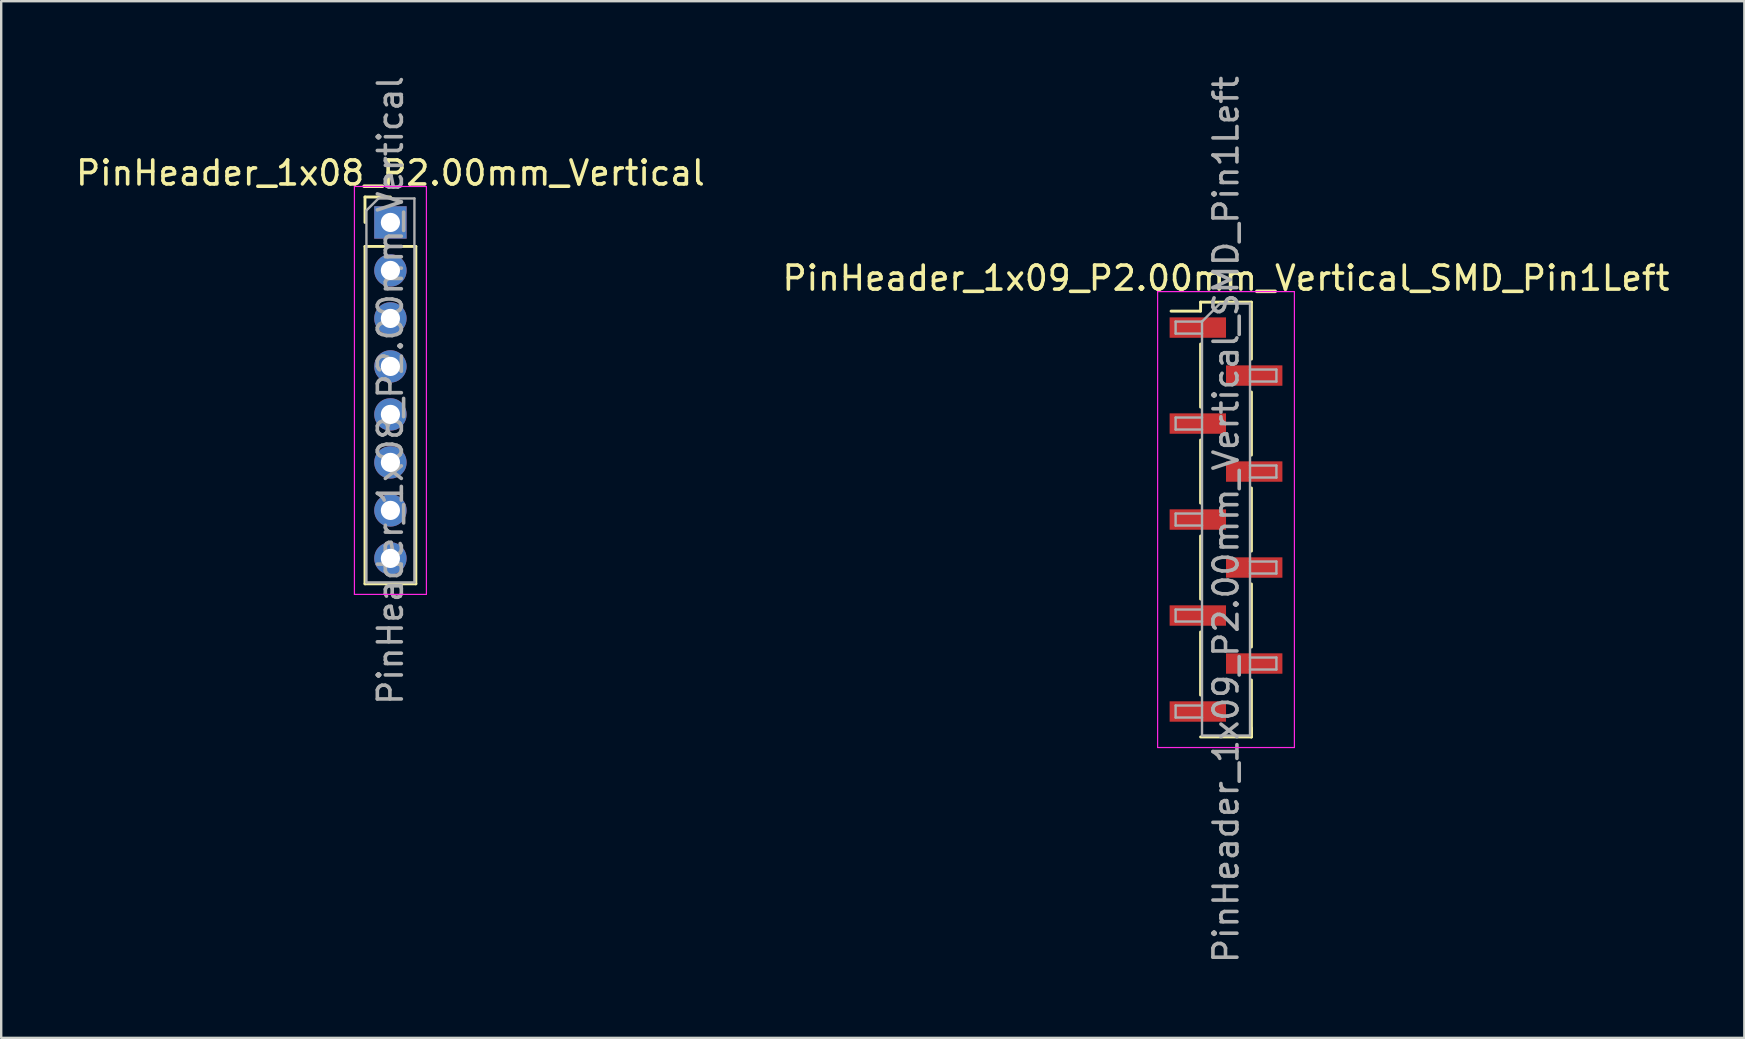
<source format=kicad_pcb>
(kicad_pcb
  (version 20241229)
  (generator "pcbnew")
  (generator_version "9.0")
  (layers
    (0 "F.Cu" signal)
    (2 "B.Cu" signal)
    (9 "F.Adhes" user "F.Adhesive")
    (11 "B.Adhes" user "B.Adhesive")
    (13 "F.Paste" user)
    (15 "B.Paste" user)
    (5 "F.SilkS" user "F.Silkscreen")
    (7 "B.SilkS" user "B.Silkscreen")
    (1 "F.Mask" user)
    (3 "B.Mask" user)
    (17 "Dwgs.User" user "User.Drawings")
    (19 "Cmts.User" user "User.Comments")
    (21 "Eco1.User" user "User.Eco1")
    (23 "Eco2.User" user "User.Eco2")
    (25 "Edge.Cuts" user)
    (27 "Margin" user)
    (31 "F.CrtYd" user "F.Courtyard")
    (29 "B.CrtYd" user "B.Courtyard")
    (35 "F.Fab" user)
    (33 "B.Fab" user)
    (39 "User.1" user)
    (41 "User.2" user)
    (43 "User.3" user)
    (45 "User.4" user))
  (footprint "PinHeader_1x08_P2.00mm_Vertical"
    (layer "F.Cu")
    (at 13.22 6.22)
    (property "Reference" "PinHeader_1x08_P2.00mm_Vertical" (at 0 -2.06 0) (layer "F.SilkS") (effects (font (size 1 1) (thickness 0.15))))
    (attr through_hole)
    (fp_line (start -1.06 -1.06) (end 0 -1.06) (stroke (width 0.12) (type solid)) (layer "F.SilkS"))
    (fp_line (start -1.06 0) (end -1.06 -1.06) (stroke (width 0.12) (type solid)) (layer "F.SilkS"))
    (fp_line (start -1.06 1) (end -1.06 15.06) (stroke (width 0.12) (type solid)) (layer "F.SilkS"))
    (fp_line (start -1.06 1) (end 1.06 1) (stroke (width 0.12) (type solid)) (layer "F.SilkS"))
    (fp_line (start -1.06 15.06) (end 1.06 15.06) (stroke (width 0.12) (type solid)) (layer "F.SilkS"))
    (fp_line (start 1.06 1) (end 1.06 15.06) (stroke (width 0.12) (type solid)) (layer "F.SilkS"))
    (fp_line (start -1.5 -1.5) (end -1.5 15.5) (stroke (width 0.05) (type solid)) (layer "F.CrtYd"))
    (fp_line (start -1.5 15.5) (end 1.5 15.5) (stroke (width 0.05) (type solid)) (layer "F.CrtYd"))
    (fp_line (start 1.5 -1.5) (end -1.5 -1.5) (stroke (width 0.05) (type solid)) (layer "F.CrtYd"))
    (fp_line (start 1.5 15.5) (end 1.5 -1.5) (stroke (width 0.05) (type solid)) (layer "F.CrtYd"))
    (fp_line (start -1 -0.5) (end -0.5 -1) (stroke (width 0.1) (type solid)) (layer "F.Fab"))
    (fp_line (start -1 15) (end -1 -0.5) (stroke (width 0.1) (type solid)) (layer "F.Fab"))
    (fp_line (start -0.5 -1) (end 1 -1) (stroke (width 0.1) (type solid)) (layer "F.Fab"))
    (fp_line (start 1 -1) (end 1 15) (stroke (width 0.1) (type solid)) (layer "F.Fab"))
    (fp_line (start 1 15) (end -1 15) (stroke (width 0.1) (type solid)) (layer "F.Fab"))
    (fp_text user "${REFERENCE}" (at 0 7 90) (layer "F.Fab") (effects (font (size 1 1) (thickness 0.15))))
    (pad "1" thru_hole rect (at 0 0) (size 1.35 1.35) (drill 0.8) (layers "*.Cu" "*.Mask"))
    (pad "2" thru_hole oval (at 0 2) (size 1.35 1.35) (drill 0.8) (layers "*.Cu" "*.Mask"))
    (pad "3" thru_hole oval (at 0 4) (size 1.35 1.35) (drill 0.8) (layers "*.Cu" "*.Mask"))
    (pad "4" thru_hole oval (at 0 6) (size 1.35 1.35) (drill 0.8) (layers "*.Cu" "*.Mask"))
    (pad "5" thru_hole oval (at 0 8) (size 1.35 1.35) (drill 0.8) (layers "*.Cu" "*.Mask"))
    (pad "6" thru_hole oval (at 0 10) (size 1.35 1.35) (drill 0.8) (layers "*.Cu" "*.Mask"))
    (pad "7" thru_hole oval (at 0 12) (size 1.35 1.35) (drill 0.8) (layers "*.Cu" "*.Mask"))
    (pad "8" thru_hole oval (at 0 14) (size 1.35 1.35) (drill 0.8) (layers "*.Cu" "*.Mask")))
  (footprint "PinHeader_1x09_P2.00mm_Vertical_SMD_Pin1Left"
    (layer "F.Cu")
    (at 48.042 18.601)
    (property "Reference" "PinHeader_1x09_P2.00mm_Vertical_SMD_Pin1Left" (at 0 -10.06 0) (layer "F.SilkS") (effects (font (size 1 1) (thickness 0.15))))
    (attr smd)
    (fp_line (start -1.06 -9.06) (end -1.06 -8.685) (stroke (width 0.12) (type solid)) (layer "F.SilkS"))
    (fp_line (start -1.06 -9.06) (end 1.06 -9.06) (stroke (width 0.12) (type solid)) (layer "F.SilkS"))
    (fp_line (start -1.06 -8.685) (end -2.29 -8.685) (stroke (width 0.12) (type solid)) (layer "F.SilkS"))
    (fp_line (start -1.06 -7.315) (end -1.06 -4.685) (stroke (width 0.12) (type solid)) (layer "F.SilkS"))
    (fp_line (start -1.06 -3.315) (end -1.06 -0.685) (stroke (width 0.12) (type solid)) (layer "F.SilkS"))
    (fp_line (start -1.06 0.685) (end -1.06 3.315) (stroke (width 0.12) (type solid)) (layer "F.SilkS"))
    (fp_line (start -1.06 4.685) (end -1.06 7.315) (stroke (width 0.12) (type solid)) (layer "F.SilkS"))
    (fp_line (start -1.06 9.06) (end 1.06 9.06) (stroke (width 0.12) (type solid)) (layer "F.SilkS"))
    (fp_line (start 1.06 -9.06) (end 1.06 -6.685) (stroke (width 0.12) (type solid)) (layer "F.SilkS"))
    (fp_line (start 1.06 -5.315) (end 1.06 -2.685) (stroke (width 0.12) (type solid)) (layer "F.SilkS"))
    (fp_line (start 1.06 -1.315) (end 1.06 1.315) (stroke (width 0.12) (type solid)) (layer "F.SilkS"))
    (fp_line (start 1.06 2.685) (end 1.06 5.315) (stroke (width 0.12) (type solid)) (layer "F.SilkS"))
    (fp_line (start 1.06 6.685) (end 1.06 9.06) (stroke (width 0.12) (type solid)) (layer "F.SilkS"))
    (fp_line (start 1.06 8.685) (end 1.06 9.06) (stroke (width 0.12) (type solid)) (layer "F.SilkS"))
    (fp_line (start -2.85 -9.5) (end -2.85 9.5) (stroke (width 0.05) (type solid)) (layer "F.CrtYd"))
    (fp_line (start -2.85 9.5) (end 2.85 9.5) (stroke (width 0.05) (type solid)) (layer "F.CrtYd"))
    (fp_line (start 2.85 -9.5) (end -2.85 -9.5) (stroke (width 0.05) (type solid)) (layer "F.CrtYd"))
    (fp_line (start 2.85 9.5) (end 2.85 -9.5) (stroke (width 0.05) (type solid)) (layer "F.CrtYd"))
    (fp_line (start -2.1 -8.25) (end -2.1 -7.75) (stroke (width 0.1) (type solid)) (layer "F.Fab"))
    (fp_line (start -2.1 -7.75) (end -1 -7.75) (stroke (width 0.1) (type solid)) (layer "F.Fab"))
    (fp_line (start -2.1 -4.25) (end -2.1 -3.75) (stroke (width 0.1) (type solid)) (layer "F.Fab"))
    (fp_line (start -2.1 -3.75) (end -1 -3.75) (stroke (width 0.1) (type solid)) (layer "F.Fab"))
    (fp_line (start -2.1 -0.25) (end -2.1 0.25) (stroke (width 0.1) (type solid)) (layer "F.Fab"))
    (fp_line (start -2.1 0.25) (end -1 0.25) (stroke (width 0.1) (type solid)) (layer "F.Fab"))
    (fp_line (start -2.1 3.75) (end -2.1 4.25) (stroke (width 0.1) (type solid)) (layer "F.Fab"))
    (fp_line (start -2.1 4.25) (end -1 4.25) (stroke (width 0.1) (type solid)) (layer "F.Fab"))
    (fp_line (start -2.1 7.75) (end -2.1 8.25) (stroke (width 0.1) (type solid)) (layer "F.Fab"))
    (fp_line (start -2.1 8.25) (end -1 8.25) (stroke (width 0.1) (type solid)) (layer "F.Fab"))
    (fp_line (start -1 -8.25) (end -2.1 -8.25) (stroke (width 0.1) (type solid)) (layer "F.Fab"))
    (fp_line (start -1 -8.25) (end -0.25 -9) (stroke (width 0.1) (type solid)) (layer "F.Fab"))
    (fp_line (start -1 -4.25) (end -2.1 -4.25) (stroke (width 0.1) (type solid)) (layer "F.Fab"))
    (fp_line (start -1 -0.25) (end -2.1 -0.25) (stroke (width 0.1) (type solid)) (layer "F.Fab"))
    (fp_line (start -1 3.75) (end -2.1 3.75) (stroke (width 0.1) (type solid)) (layer "F.Fab"))
    (fp_line (start -1 7.75) (end -2.1 7.75) (stroke (width 0.1) (type solid)) (layer "F.Fab"))
    (fp_line (start -1 9) (end -1 -8.25) (stroke (width 0.1) (type solid)) (layer "F.Fab"))
    (fp_line (start -0.25 -9) (end 1 -9) (stroke (width 0.1) (type solid)) (layer "F.Fab"))
    (fp_line (start 1 -9) (end 1 9) (stroke (width 0.1) (type solid)) (layer "F.Fab"))
    (fp_line (start 1 -6.25) (end 2.1 -6.25) (stroke (width 0.1) (type solid)) (layer "F.Fab"))
    (fp_line (start 1 -2.25) (end 2.1 -2.25) (stroke (width 0.1) (type solid)) (layer "F.Fab"))
    (fp_line (start 1 1.75) (end 2.1 1.75) (stroke (width 0.1) (type solid)) (layer "F.Fab"))
    (fp_line (start 1 5.75) (end 2.1 5.75) (stroke (width 0.1) (type solid)) (layer "F.Fab"))
    (fp_line (start 1 9) (end -1 9) (stroke (width 0.1) (type solid)) (layer "F.Fab"))
    (fp_line (start 2.1 -6.25) (end 2.1 -5.75) (stroke (width 0.1) (type solid)) (layer "F.Fab"))
    (fp_line (start 2.1 -5.75) (end 1 -5.75) (stroke (width 0.1) (type solid)) (layer "F.Fab"))
    (fp_line (start 2.1 -2.25) (end 2.1 -1.75) (stroke (width 0.1) (type solid)) (layer "F.Fab"))
    (fp_line (start 2.1 -1.75) (end 1 -1.75) (stroke (width 0.1) (type solid)) (layer "F.Fab"))
    (fp_line (start 2.1 1.75) (end 2.1 2.25) (stroke (width 0.1) (type solid)) (layer "F.Fab"))
    (fp_line (start 2.1 2.25) (end 1 2.25) (stroke (width 0.1) (type solid)) (layer "F.Fab"))
    (fp_line (start 2.1 5.75) (end 2.1 6.25) (stroke (width 0.1) (type solid)) (layer "F.Fab"))
    (fp_line (start 2.1 6.25) (end 1 6.25) (stroke (width 0.1) (type solid)) (layer "F.Fab"))
    (fp_text user "${REFERENCE}" (at 0 0 90) (layer "F.Fab") (effects (font (size 1 1) (thickness 0.15))))
    (pad "1" smd rect (at -1.175 -8) (size 2.35 0.85) (layers "F.Cu" "F.Mask" "F.Paste"))
    (pad "2" smd rect (at 1.175 -6) (size 2.35 0.85) (layers "F.Cu" "F.Mask" "F.Paste"))
    (pad "3" smd rect (at -1.175 -4) (size 2.35 0.85) (layers "F.Cu" "F.Mask" "F.Paste"))
    (pad "4" smd rect (at 1.175 -2) (size 2.35 0.85) (layers "F.Cu" "F.Mask" "F.Paste"))
    (pad "5" smd rect (at -1.175 0) (size 2.35 0.85) (layers "F.Cu" "F.Mask" "F.Paste"))
    (pad "6" smd rect (at 1.175 2) (size 2.35 0.85) (layers "F.Cu" "F.Mask" "F.Paste"))
    (pad "7" smd rect (at -1.175 4) (size 2.35 0.85) (layers "F.Cu" "F.Mask" "F.Paste"))
    (pad "8" smd rect (at 1.175 6) (size 2.35 0.85) (layers "F.Cu" "F.Mask" "F.Paste"))
    (pad "9" smd rect (at -1.175 8) (size 2.35 0.85) (layers "F.Cu" "F.Mask" "F.Paste")))
  (gr_rect
    (start -3 -3)
    (end 69.643 40.202)
    (stroke (width 0.1) (type default))
    (fill no)
    (layer "Edge.Cuts")))
</source>
